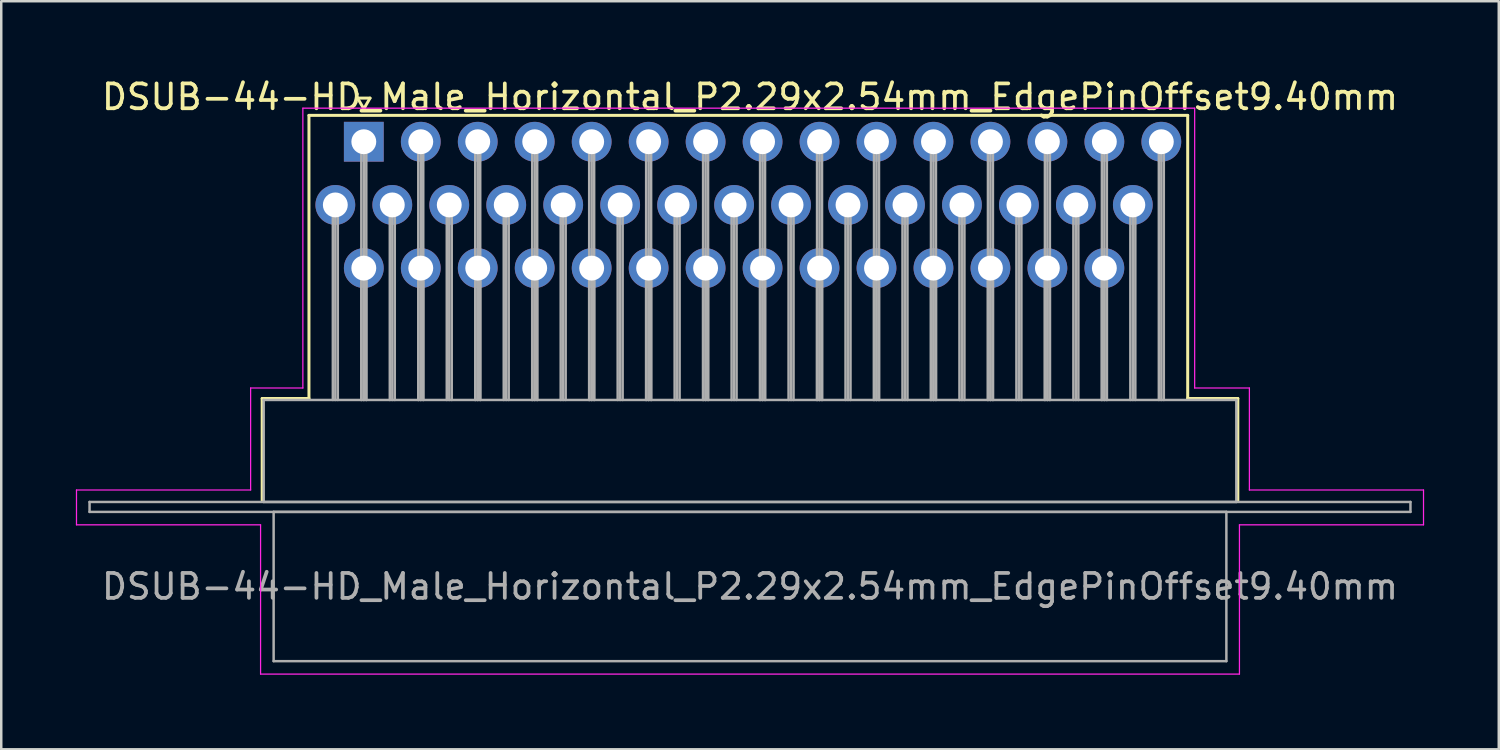
<source format=kicad_pcb>
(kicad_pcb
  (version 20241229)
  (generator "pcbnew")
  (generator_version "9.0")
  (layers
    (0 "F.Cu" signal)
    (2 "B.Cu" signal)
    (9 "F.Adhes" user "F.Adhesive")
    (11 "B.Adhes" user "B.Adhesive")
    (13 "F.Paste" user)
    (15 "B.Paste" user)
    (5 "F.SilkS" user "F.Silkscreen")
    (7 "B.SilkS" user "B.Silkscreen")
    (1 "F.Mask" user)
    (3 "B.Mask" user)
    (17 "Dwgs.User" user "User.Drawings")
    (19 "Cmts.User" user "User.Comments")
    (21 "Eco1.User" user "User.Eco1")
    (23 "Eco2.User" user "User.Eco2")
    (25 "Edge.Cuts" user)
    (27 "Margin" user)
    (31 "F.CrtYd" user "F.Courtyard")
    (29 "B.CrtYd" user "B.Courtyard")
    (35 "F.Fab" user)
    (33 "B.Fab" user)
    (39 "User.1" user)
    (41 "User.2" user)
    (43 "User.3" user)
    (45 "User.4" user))
  (footprint "DSUB-44-HD_Male_Horizontal_P2.29x2.54mm_EdgePinOffset9.40mm"
    (layer "F.Cu")
    (at 11.575 2.648)
    (property "Reference" "DSUB-44-HD_Male_Horizontal_P2.29x2.54mm_EdgePinOffset9.40mm" (at 15.525 -1.8 0) (layer "F.SilkS") (effects (font (size 1 1) (thickness 0.15))))
    (attr through_hole)
    (fp_line (start -4.085 10.32) (end -2.205 10.32) (stroke (width 0.12) (type solid)) (layer "F.SilkS"))
    (fp_line (start -4.085 14.42) (end -4.085 10.32) (stroke (width 0.12) (type solid)) (layer "F.SilkS"))
    (fp_line (start -2.205 -1.06) (end 33.12 -1.06) (stroke (width 0.12) (type solid)) (layer "F.SilkS"))
    (fp_line (start -2.205 10.32) (end -2.205 -1.06) (stroke (width 0.12) (type solid)) (layer "F.SilkS"))
    (fp_line (start -0.25 -1.754) (end 0.25 -1.754) (stroke (width 0.12) (type solid)) (layer "F.SilkS"))
    (fp_line (start 0 -1.321) (end -0.25 -1.754) (stroke (width 0.12) (type solid)) (layer "F.SilkS"))
    (fp_line (start 0.25 -1.754) (end 0 -1.321) (stroke (width 0.12) (type solid)) (layer "F.SilkS"))
    (fp_line (start 33.12 -1.06) (end 33.12 10.32) (stroke (width 0.12) (type solid)) (layer "F.SilkS"))
    (fp_line (start 33.12 10.32) (end 35.135 10.32) (stroke (width 0.12) (type solid)) (layer "F.SilkS"))
    (fp_line (start 35.135 10.32) (end 35.135 14.42) (stroke (width 0.12) (type solid)) (layer "F.SilkS"))
    (fp_line (start -11.55 14) (end -4.55 14) (stroke (width 0.05) (type solid)) (layer "F.CrtYd"))
    (fp_line (start -11.55 15.4) (end -11.55 14) (stroke (width 0.05) (type solid)) (layer "F.CrtYd"))
    (fp_line (start -4.55 9.9) (end -2.45 9.9) (stroke (width 0.05) (type solid)) (layer "F.CrtYd"))
    (fp_line (start -4.55 14) (end -4.55 9.9) (stroke (width 0.05) (type solid)) (layer "F.CrtYd"))
    (fp_line (start -4.15 15.4) (end -11.55 15.4) (stroke (width 0.05) (type solid)) (layer "F.CrtYd"))
    (fp_line (start -4.15 21.4) (end -4.15 15.4) (stroke (width 0.05) (type solid)) (layer "F.CrtYd"))
    (fp_line (start -2.45 -1.35) (end 33.4 -1.35) (stroke (width 0.05) (type solid)) (layer "F.CrtYd"))
    (fp_line (start -2.45 9.9) (end -2.45 -1.35) (stroke (width 0.05) (type solid)) (layer "F.CrtYd"))
    (fp_line (start 33.4 -1.35) (end 33.4 9.9) (stroke (width 0.05) (type solid)) (layer "F.CrtYd"))
    (fp_line (start 33.4 9.9) (end 35.6 9.9) (stroke (width 0.05) (type solid)) (layer "F.CrtYd"))
    (fp_line (start 35.2 15.4) (end 35.2 21.4) (stroke (width 0.05) (type solid)) (layer "F.CrtYd"))
    (fp_line (start 35.2 21.4) (end -4.15 21.4) (stroke (width 0.05) (type solid)) (layer "F.CrtYd"))
    (fp_line (start 35.6 9.9) (end 35.6 14) (stroke (width 0.05) (type solid)) (layer "F.CrtYd"))
    (fp_line (start 35.6 14) (end 42.6 14) (stroke (width 0.05) (type solid)) (layer "F.CrtYd"))
    (fp_line (start 42.6 14) (end 42.6 15.4) (stroke (width 0.05) (type solid)) (layer "F.CrtYd"))
    (fp_line (start 42.6 15.4) (end 35.2 15.4) (stroke (width 0.05) (type solid)) (layer "F.CrtYd"))
    (fp_line (start -11.025 14.48) (end -11.025 14.88) (stroke (width 0.1) (type solid)) (layer "F.Fab"))
    (fp_line (start -11.025 14.88) (end 42.075 14.88) (stroke (width 0.1) (type solid)) (layer "F.Fab"))
    (fp_line (start -4.025 10.38) (end -4.025 14.48) (stroke (width 0.1) (type solid)) (layer "F.Fab"))
    (fp_line (start -4.025 14.48) (end 35.075 14.48) (stroke (width 0.1) (type solid)) (layer "F.Fab"))
    (fp_line (start -3.625 14.88) (end -3.625 20.88) (stroke (width 0.1) (type solid)) (layer "F.Fab"))
    (fp_line (start -3.625 20.88) (end 34.675 20.88) (stroke (width 0.1) (type solid)) (layer "F.Fab"))
    (fp_line (start -1.245 2.54) (end -1.245 10.38) (stroke (width 0.1) (type solid)) (layer "F.Fab"))
    (fp_line (start -1.145 2.54) (end -1.145 10.38) (stroke (width 0.1) (type solid)) (layer "F.Fab"))
    (fp_line (start -1.045 2.54) (end -1.045 10.38) (stroke (width 0.1) (type solid)) (layer "F.Fab"))
    (fp_line (start -0.1 0) (end -0.1 10.38) (stroke (width 0.1) (type solid)) (layer "F.Fab"))
    (fp_line (start -0.1 5.08) (end -0.1 10.38) (stroke (width 0.1) (type solid)) (layer "F.Fab"))
    (fp_line (start 0 0) (end 0 10.38) (stroke (width 0.1) (type solid)) (layer "F.Fab"))
    (fp_line (start 0 5.08) (end 0 10.38) (stroke (width 0.1) (type solid)) (layer "F.Fab"))
    (fp_line (start 0.1 0) (end 0.1 10.38) (stroke (width 0.1) (type solid)) (layer "F.Fab"))
    (fp_line (start 0.1 5.08) (end 0.1 10.38) (stroke (width 0.1) (type solid)) (layer "F.Fab"))
    (fp_line (start 1.045 2.54) (end 1.045 10.38) (stroke (width 0.1) (type solid)) (layer "F.Fab"))
    (fp_line (start 1.145 2.54) (end 1.145 10.38) (stroke (width 0.1) (type solid)) (layer "F.Fab"))
    (fp_line (start 1.245 2.54) (end 1.245 10.38) (stroke (width 0.1) (type solid)) (layer "F.Fab"))
    (fp_line (start 2.19 0) (end 2.19 10.38) (stroke (width 0.1) (type solid)) (layer "F.Fab"))
    (fp_line (start 2.19 5.08) (end 2.19 10.38) (stroke (width 0.1) (type solid)) (layer "F.Fab"))
    (fp_line (start 2.29 0) (end 2.29 10.38) (stroke (width 0.1) (type solid)) (layer "F.Fab"))
    (fp_line (start 2.29 5.08) (end 2.29 10.38) (stroke (width 0.1) (type solid)) (layer "F.Fab"))
    (fp_line (start 2.39 0) (end 2.39 10.38) (stroke (width 0.1) (type solid)) (layer "F.Fab"))
    (fp_line (start 2.39 5.08) (end 2.39 10.38) (stroke (width 0.1) (type solid)) (layer "F.Fab"))
    (fp_line (start 3.335 2.54) (end 3.335 10.38) (stroke (width 0.1) (type solid)) (layer "F.Fab"))
    (fp_line (start 3.435 2.54) (end 3.435 10.38) (stroke (width 0.1) (type solid)) (layer "F.Fab"))
    (fp_line (start 3.535 2.54) (end 3.535 10.38) (stroke (width 0.1) (type solid)) (layer "F.Fab"))
    (fp_line (start 4.48 0) (end 4.48 10.38) (stroke (width 0.1) (type solid)) (layer "F.Fab"))
    (fp_line (start 4.48 5.08) (end 4.48 10.38) (stroke (width 0.1) (type solid)) (layer "F.Fab"))
    (fp_line (start 4.58 0) (end 4.58 10.38) (stroke (width 0.1) (type solid)) (layer "F.Fab"))
    (fp_line (start 4.58 5.08) (end 4.58 10.38) (stroke (width 0.1) (type solid)) (layer "F.Fab"))
    (fp_line (start 4.68 0) (end 4.68 10.38) (stroke (width 0.1) (type solid)) (layer "F.Fab"))
    (fp_line (start 4.68 5.08) (end 4.68 10.38) (stroke (width 0.1) (type solid)) (layer "F.Fab"))
    (fp_line (start 5.625 2.54) (end 5.625 10.38) (stroke (width 0.1) (type solid)) (layer "F.Fab"))
    (fp_line (start 5.725 2.54) (end 5.725 10.38) (stroke (width 0.1) (type solid)) (layer "F.Fab"))
    (fp_line (start 5.825 2.54) (end 5.825 10.38) (stroke (width 0.1) (type solid)) (layer "F.Fab"))
    (fp_line (start 6.77 0) (end 6.77 10.38) (stroke (width 0.1) (type solid)) (layer "F.Fab"))
    (fp_line (start 6.77 5.08) (end 6.77 10.38) (stroke (width 0.1) (type solid)) (layer "F.Fab"))
    (fp_line (start 6.87 0) (end 6.87 10.38) (stroke (width 0.1) (type solid)) (layer "F.Fab"))
    (fp_line (start 6.87 5.08) (end 6.87 10.38) (stroke (width 0.1) (type solid)) (layer "F.Fab"))
    (fp_line (start 6.97 0) (end 6.97 10.38) (stroke (width 0.1) (type solid)) (layer "F.Fab"))
    (fp_line (start 6.97 5.08) (end 6.97 10.38) (stroke (width 0.1) (type solid)) (layer "F.Fab"))
    (fp_line (start 7.915 2.54) (end 7.915 10.38) (stroke (width 0.1) (type solid)) (layer "F.Fab"))
    (fp_line (start 8.015 2.54) (end 8.015 10.38) (stroke (width 0.1) (type solid)) (layer "F.Fab"))
    (fp_line (start 8.115 2.54) (end 8.115 10.38) (stroke (width 0.1) (type solid)) (layer "F.Fab"))
    (fp_line (start 9.06 0) (end 9.06 10.38) (stroke (width 0.1) (type solid)) (layer "F.Fab"))
    (fp_line (start 9.06 5.08) (end 9.06 10.38) (stroke (width 0.1) (type solid)) (layer "F.Fab"))
    (fp_line (start 9.16 0) (end 9.16 10.38) (stroke (width 0.1) (type solid)) (layer "F.Fab"))
    (fp_line (start 9.16 5.08) (end 9.16 10.38) (stroke (width 0.1) (type solid)) (layer "F.Fab"))
    (fp_line (start 9.26 0) (end 9.26 10.38) (stroke (width 0.1) (type solid)) (layer "F.Fab"))
    (fp_line (start 9.26 5.08) (end 9.26 10.38) (stroke (width 0.1) (type solid)) (layer "F.Fab"))
    (fp_line (start 10.205 2.54) (end 10.205 10.38) (stroke (width 0.1) (type solid)) (layer "F.Fab"))
    (fp_line (start 10.305 2.54) (end 10.305 10.38) (stroke (width 0.1) (type solid)) (layer "F.Fab"))
    (fp_line (start 10.405 2.54) (end 10.405 10.38) (stroke (width 0.1) (type solid)) (layer "F.Fab"))
    (fp_line (start 11.35 0) (end 11.35 10.38) (stroke (width 0.1) (type solid)) (layer "F.Fab"))
    (fp_line (start 11.35 5.08) (end 11.35 10.38) (stroke (width 0.1) (type solid)) (layer "F.Fab"))
    (fp_line (start 11.45 0) (end 11.45 10.38) (stroke (width 0.1) (type solid)) (layer "F.Fab"))
    (fp_line (start 11.45 5.08) (end 11.45 10.38) (stroke (width 0.1) (type solid)) (layer "F.Fab"))
    (fp_line (start 11.55 0) (end 11.55 10.38) (stroke (width 0.1) (type solid)) (layer "F.Fab"))
    (fp_line (start 11.55 5.08) (end 11.55 10.38) (stroke (width 0.1) (type solid)) (layer "F.Fab"))
    (fp_line (start 12.495 2.54) (end 12.495 10.38) (stroke (width 0.1) (type solid)) (layer "F.Fab"))
    (fp_line (start 12.595 2.54) (end 12.595 10.38) (stroke (width 0.1) (type solid)) (layer "F.Fab"))
    (fp_line (start 12.695 2.54) (end 12.695 10.38) (stroke (width 0.1) (type solid)) (layer "F.Fab"))
    (fp_line (start 13.64 0) (end 13.64 10.38) (stroke (width 0.1) (type solid)) (layer "F.Fab"))
    (fp_line (start 13.64 5.08) (end 13.64 10.38) (stroke (width 0.1) (type solid)) (layer "F.Fab"))
    (fp_line (start 13.74 0) (end 13.74 10.38) (stroke (width 0.1) (type solid)) (layer "F.Fab"))
    (fp_line (start 13.74 5.08) (end 13.74 10.38) (stroke (width 0.1) (type solid)) (layer "F.Fab"))
    (fp_line (start 13.84 0) (end 13.84 10.38) (stroke (width 0.1) (type solid)) (layer "F.Fab"))
    (fp_line (start 13.84 5.08) (end 13.84 10.38) (stroke (width 0.1) (type solid)) (layer "F.Fab"))
    (fp_line (start 14.785 2.54) (end 14.785 10.38) (stroke (width 0.1) (type solid)) (layer "F.Fab"))
    (fp_line (start 14.885 2.54) (end 14.885 10.38) (stroke (width 0.1) (type solid)) (layer "F.Fab"))
    (fp_line (start 14.985 2.54) (end 14.985 10.38) (stroke (width 0.1) (type solid)) (layer "F.Fab"))
    (fp_line (start 15.93 0) (end 15.93 10.38) (stroke (width 0.1) (type solid)) (layer "F.Fab"))
    (fp_line (start 15.93 5.08) (end 15.93 10.38) (stroke (width 0.1) (type solid)) (layer "F.Fab"))
    (fp_line (start 16.03 0) (end 16.03 10.38) (stroke (width 0.1) (type solid)) (layer "F.Fab"))
    (fp_line (start 16.03 5.08) (end 16.03 10.38) (stroke (width 0.1) (type solid)) (layer "F.Fab"))
    (fp_line (start 16.13 0) (end 16.13 10.38) (stroke (width 0.1) (type solid)) (layer "F.Fab"))
    (fp_line (start 16.13 5.08) (end 16.13 10.38) (stroke (width 0.1) (type solid)) (layer "F.Fab"))
    (fp_line (start 17.075 2.54) (end 17.075 10.38) (stroke (width 0.1) (type solid)) (layer "F.Fab"))
    (fp_line (start 17.175 2.54) (end 17.175 10.38) (stroke (width 0.1) (type solid)) (layer "F.Fab"))
    (fp_line (start 17.275 2.54) (end 17.275 10.38) (stroke (width 0.1) (type solid)) (layer "F.Fab"))
    (fp_line (start 18.22 0) (end 18.22 10.38) (stroke (width 0.1) (type solid)) (layer "F.Fab"))
    (fp_line (start 18.22 5.08) (end 18.22 10.38) (stroke (width 0.1) (type solid)) (layer "F.Fab"))
    (fp_line (start 18.32 0) (end 18.32 10.38) (stroke (width 0.1) (type solid)) (layer "F.Fab"))
    (fp_line (start 18.32 5.08) (end 18.32 10.38) (stroke (width 0.1) (type solid)) (layer "F.Fab"))
    (fp_line (start 18.42 0) (end 18.42 10.38) (stroke (width 0.1) (type solid)) (layer "F.Fab"))
    (fp_line (start 18.42 5.08) (end 18.42 10.38) (stroke (width 0.1) (type solid)) (layer "F.Fab"))
    (fp_line (start 19.365 2.54) (end 19.365 10.38) (stroke (width 0.1) (type solid)) (layer "F.Fab"))
    (fp_line (start 19.465 2.54) (end 19.465 10.38) (stroke (width 0.1) (type solid)) (layer "F.Fab"))
    (fp_line (start 19.565 2.54) (end 19.565 10.38) (stroke (width 0.1) (type solid)) (layer "F.Fab"))
    (fp_line (start 20.51 0) (end 20.51 10.38) (stroke (width 0.1) (type solid)) (layer "F.Fab"))
    (fp_line (start 20.51 5.08) (end 20.51 10.38) (stroke (width 0.1) (type solid)) (layer "F.Fab"))
    (fp_line (start 20.61 0) (end 20.61 10.38) (stroke (width 0.1) (type solid)) (layer "F.Fab"))
    (fp_line (start 20.61 5.08) (end 20.61 10.38) (stroke (width 0.1) (type solid)) (layer "F.Fab"))
    (fp_line (start 20.71 0) (end 20.71 10.38) (stroke (width 0.1) (type solid)) (layer "F.Fab"))
    (fp_line (start 20.71 5.08) (end 20.71 10.38) (stroke (width 0.1) (type solid)) (layer "F.Fab"))
    (fp_line (start 21.655 2.54) (end 21.655 10.38) (stroke (width 0.1) (type solid)) (layer "F.Fab"))
    (fp_line (start 21.755 2.54) (end 21.755 10.38) (stroke (width 0.1) (type solid)) (layer "F.Fab"))
    (fp_line (start 21.855 2.54) (end 21.855 10.38) (stroke (width 0.1) (type solid)) (layer "F.Fab"))
    (fp_line (start 22.8 0) (end 22.8 10.38) (stroke (width 0.1) (type solid)) (layer "F.Fab"))
    (fp_line (start 22.8 5.08) (end 22.8 10.38) (stroke (width 0.1) (type solid)) (layer "F.Fab"))
    (fp_line (start 22.9 0) (end 22.9 10.38) (stroke (width 0.1) (type solid)) (layer "F.Fab"))
    (fp_line (start 22.9 5.08) (end 22.9 10.38) (stroke (width 0.1) (type solid)) (layer "F.Fab"))
    (fp_line (start 23 0) (end 23 10.38) (stroke (width 0.1) (type solid)) (layer "F.Fab"))
    (fp_line (start 23 5.08) (end 23 10.38) (stroke (width 0.1) (type solid)) (layer "F.Fab"))
    (fp_line (start 23.945 2.54) (end 23.945 10.38) (stroke (width 0.1) (type solid)) (layer "F.Fab"))
    (fp_line (start 24.045 2.54) (end 24.045 10.38) (stroke (width 0.1) (type solid)) (layer "F.Fab"))
    (fp_line (start 24.145 2.54) (end 24.145 10.38) (stroke (width 0.1) (type solid)) (layer "F.Fab"))
    (fp_line (start 25.09 0) (end 25.09 10.38) (stroke (width 0.1) (type solid)) (layer "F.Fab"))
    (fp_line (start 25.09 5.08) (end 25.09 10.38) (stroke (width 0.1) (type solid)) (layer "F.Fab"))
    (fp_line (start 25.19 0) (end 25.19 10.38) (stroke (width 0.1) (type solid)) (layer "F.Fab"))
    (fp_line (start 25.19 5.08) (end 25.19 10.38) (stroke (width 0.1) (type solid)) (layer "F.Fab"))
    (fp_line (start 25.29 0) (end 25.29 10.38) (stroke (width 0.1) (type solid)) (layer "F.Fab"))
    (fp_line (start 25.29 5.08) (end 25.29 10.38) (stroke (width 0.1) (type solid)) (layer "F.Fab"))
    (fp_line (start 26.235 2.54) (end 26.235 10.38) (stroke (width 0.1) (type solid)) (layer "F.Fab"))
    (fp_line (start 26.335 2.54) (end 26.335 10.38) (stroke (width 0.1) (type solid)) (layer "F.Fab"))
    (fp_line (start 26.435 2.54) (end 26.435 10.38) (stroke (width 0.1) (type solid)) (layer "F.Fab"))
    (fp_line (start 27.38 0) (end 27.38 10.38) (stroke (width 0.1) (type solid)) (layer "F.Fab"))
    (fp_line (start 27.38 5.08) (end 27.38 10.38) (stroke (width 0.1) (type solid)) (layer "F.Fab"))
    (fp_line (start 27.48 0) (end 27.48 10.38) (stroke (width 0.1) (type solid)) (layer "F.Fab"))
    (fp_line (start 27.48 5.08) (end 27.48 10.38) (stroke (width 0.1) (type solid)) (layer "F.Fab"))
    (fp_line (start 27.58 0) (end 27.58 10.38) (stroke (width 0.1) (type solid)) (layer "F.Fab"))
    (fp_line (start 27.58 5.08) (end 27.58 10.38) (stroke (width 0.1) (type solid)) (layer "F.Fab"))
    (fp_line (start 28.525 2.54) (end 28.525 10.38) (stroke (width 0.1) (type solid)) (layer "F.Fab"))
    (fp_line (start 28.625 2.54) (end 28.625 10.38) (stroke (width 0.1) (type solid)) (layer "F.Fab"))
    (fp_line (start 28.725 2.54) (end 28.725 10.38) (stroke (width 0.1) (type solid)) (layer "F.Fab"))
    (fp_line (start 29.67 0) (end 29.67 10.38) (stroke (width 0.1) (type solid)) (layer "F.Fab"))
    (fp_line (start 29.67 5.08) (end 29.67 10.38) (stroke (width 0.1) (type solid)) (layer "F.Fab"))
    (fp_line (start 29.77 0) (end 29.77 10.38) (stroke (width 0.1) (type solid)) (layer "F.Fab"))
    (fp_line (start 29.77 5.08) (end 29.77 10.38) (stroke (width 0.1) (type solid)) (layer "F.Fab"))
    (fp_line (start 29.87 0) (end 29.87 10.38) (stroke (width 0.1) (type solid)) (layer "F.Fab"))
    (fp_line (start 29.87 5.08) (end 29.87 10.38) (stroke (width 0.1) (type solid)) (layer "F.Fab"))
    (fp_line (start 30.815 2.54) (end 30.815 10.38) (stroke (width 0.1) (type solid)) (layer "F.Fab"))
    (fp_line (start 30.915 2.54) (end 30.915 10.38) (stroke (width 0.1) (type solid)) (layer "F.Fab"))
    (fp_line (start 31.015 2.54) (end 31.015 10.38) (stroke (width 0.1) (type solid)) (layer "F.Fab"))
    (fp_line (start 31.96 0) (end 31.96 10.38) (stroke (width 0.1) (type solid)) (layer "F.Fab"))
    (fp_line (start 32.06 0) (end 32.06 10.38) (stroke (width 0.1) (type solid)) (layer "F.Fab"))
    (fp_line (start 32.16 0) (end 32.16 10.38) (stroke (width 0.1) (type solid)) (layer "F.Fab"))
    (fp_line (start 34.675 14.88) (end -3.625 14.88) (stroke (width 0.1) (type solid)) (layer "F.Fab"))
    (fp_line (start 34.675 20.88) (end 34.675 14.88) (stroke (width 0.1) (type solid)) (layer "F.Fab"))
    (fp_line (start 35.075 10.38) (end -4.025 10.38) (stroke (width 0.1) (type solid)) (layer "F.Fab"))
    (fp_line (start 35.075 14.48) (end 35.075 10.38) (stroke (width 0.1) (type solid)) (layer "F.Fab"))
    (fp_line (start 42.075 14.48) (end -11.025 14.48) (stroke (width 0.1) (type solid)) (layer "F.Fab"))
    (fp_line (start 42.075 14.88) (end 42.075 14.48) (stroke (width 0.1) (type solid)) (layer "F.Fab"))
    (fp_text user "${REFERENCE}" (at 15.525 17.88 0) (layer "F.Fab") (effects (font (size 1 1) (thickness 0.15))))
    (pad "1" thru_hole rect (at 0 0) (size 1.6 1.6) (drill 1) (layers "*.Cu" "*.Mask"))
    (pad "2" thru_hole circle (at 2.29 0) (size 1.6 1.6) (drill 1) (layers "*.Cu" "*.Mask"))
    (pad "3" thru_hole circle (at 4.58 0) (size 1.6 1.6) (drill 1) (layers "*.Cu" "*.Mask"))
    (pad "4" thru_hole circle (at 6.87 0) (size 1.6 1.6) (drill 1) (layers "*.Cu" "*.Mask"))
    (pad "5" thru_hole circle (at 9.16 0) (size 1.6 1.6) (drill 1) (layers "*.Cu" "*.Mask"))
    (pad "6" thru_hole circle (at 11.45 0) (size 1.6 1.6) (drill 1) (layers "*.Cu" "*.Mask"))
    (pad "7" thru_hole circle (at 13.74 0) (size 1.6 1.6) (drill 1) (layers "*.Cu" "*.Mask"))
    (pad "8" thru_hole circle (at 16.03 0) (size 1.6 1.6) (drill 1) (layers "*.Cu" "*.Mask"))
    (pad "9" thru_hole circle (at 18.32 0) (size 1.6 1.6) (drill 1) (layers "*.Cu" "*.Mask"))
    (pad "10" thru_hole circle (at 20.61 0) (size 1.6 1.6) (drill 1) (layers "*.Cu" "*.Mask"))
    (pad "11" thru_hole circle (at 22.9 0) (size 1.6 1.6) (drill 1) (layers "*.Cu" "*.Mask"))
    (pad "12" thru_hole circle (at 25.19 0) (size 1.6 1.6) (drill 1) (layers "*.Cu" "*.Mask"))
    (pad "13" thru_hole circle (at 27.48 0) (size 1.6 1.6) (drill 1) (layers "*.Cu" "*.Mask"))
    (pad "14" thru_hole circle (at 29.77 0) (size 1.6 1.6) (drill 1) (layers "*.Cu" "*.Mask"))
    (pad "15" thru_hole circle (at 32.06 0) (size 1.6 1.6) (drill 1) (layers "*.Cu" "*.Mask"))
    (pad "16" thru_hole circle (at -1.145 2.54) (size 1.6 1.6) (drill 1) (layers "*.Cu" "*.Mask"))
    (pad "17" thru_hole circle (at 1.145 2.54) (size 1.6 1.6) (drill 1) (layers "*.Cu" "*.Mask"))
    (pad "18" thru_hole circle (at 3.435 2.54) (size 1.6 1.6) (drill 1) (layers "*.Cu" "*.Mask"))
    (pad "19" thru_hole circle (at 5.725 2.54) (size 1.6 1.6) (drill 1) (layers "*.Cu" "*.Mask"))
    (pad "20" thru_hole circle (at 8.015 2.54) (size 1.6 1.6) (drill 1) (layers "*.Cu" "*.Mask"))
    (pad "21" thru_hole circle (at 10.305 2.54) (size 1.6 1.6) (drill 1) (layers "*.Cu" "*.Mask"))
    (pad "22" thru_hole circle (at 12.595 2.54) (size 1.6 1.6) (drill 1) (layers "*.Cu" "*.Mask"))
    (pad "23" thru_hole circle (at 14.885 2.54) (size 1.6 1.6) (drill 1) (layers "*.Cu" "*.Mask"))
    (pad "24" thru_hole circle (at 17.175 2.54) (size 1.6 1.6) (drill 1) (layers "*.Cu" "*.Mask"))
    (pad "25" thru_hole circle (at 19.465 2.54) (size 1.6 1.6) (drill 1) (layers "*.Cu" "*.Mask"))
    (pad "26" thru_hole circle (at 21.755 2.54) (size 1.6 1.6) (drill 1) (layers "*.Cu" "*.Mask"))
    (pad "27" thru_hole circle (at 24.045 2.54) (size 1.6 1.6) (drill 1) (layers "*.Cu" "*.Mask"))
    (pad "28" thru_hole circle (at 26.335 2.54) (size 1.6 1.6) (drill 1) (layers "*.Cu" "*.Mask"))
    (pad "29" thru_hole circle (at 28.625 2.54) (size 1.6 1.6) (drill 1) (layers "*.Cu" "*.Mask"))
    (pad "30" thru_hole circle (at 30.915 2.54) (size 1.6 1.6) (drill 1) (layers "*.Cu" "*.Mask"))
    (pad "31" thru_hole circle (at 0 5.08) (size 1.6 1.6) (drill 1) (layers "*.Cu" "*.Mask"))
    (pad "32" thru_hole circle (at 2.29 5.08) (size 1.6 1.6) (drill 1) (layers "*.Cu" "*.Mask"))
    (pad "33" thru_hole circle (at 4.58 5.08) (size 1.6 1.6) (drill 1) (layers "*.Cu" "*.Mask"))
    (pad "34" thru_hole circle (at 6.87 5.08) (size 1.6 1.6) (drill 1) (layers "*.Cu" "*.Mask"))
    (pad "35" thru_hole circle (at 9.16 5.08) (size 1.6 1.6) (drill 1) (layers "*.Cu" "*.Mask"))
    (pad "36" thru_hole circle (at 11.45 5.08) (size 1.6 1.6) (drill 1) (layers "*.Cu" "*.Mask"))
    (pad "37" thru_hole circle (at 13.74 5.08) (size 1.6 1.6) (drill 1) (layers "*.Cu" "*.Mask"))
    (pad "38" thru_hole circle (at 16.03 5.08) (size 1.6 1.6) (drill 1) (layers "*.Cu" "*.Mask"))
    (pad "39" thru_hole circle (at 18.32 5.08) (size 1.6 1.6) (drill 1) (layers "*.Cu" "*.Mask"))
    (pad "40" thru_hole circle (at 20.61 5.08) (size 1.6 1.6) (drill 1) (layers "*.Cu" "*.Mask"))
    (pad "41" thru_hole circle (at 22.9 5.08) (size 1.6 1.6) (drill 1) (layers "*.Cu" "*.Mask"))
    (pad "42" thru_hole circle (at 25.19 5.08) (size 1.6 1.6) (drill 1) (layers "*.Cu" "*.Mask"))
    (pad "43" thru_hole circle (at 27.48 5.08) (size 1.6 1.6) (drill 1) (layers "*.Cu" "*.Mask"))
    (pad "44" thru_hole circle (at 29.77 5.08) (size 1.6 1.6) (drill 1) (layers "*.Cu" "*.Mask")))
  (gr_rect
    (start -3 -3)
    (end 57.2 27.073)
    (stroke (width 0.1) (type default))
    (fill no)
    (layer "Edge.Cuts")))
</source>
